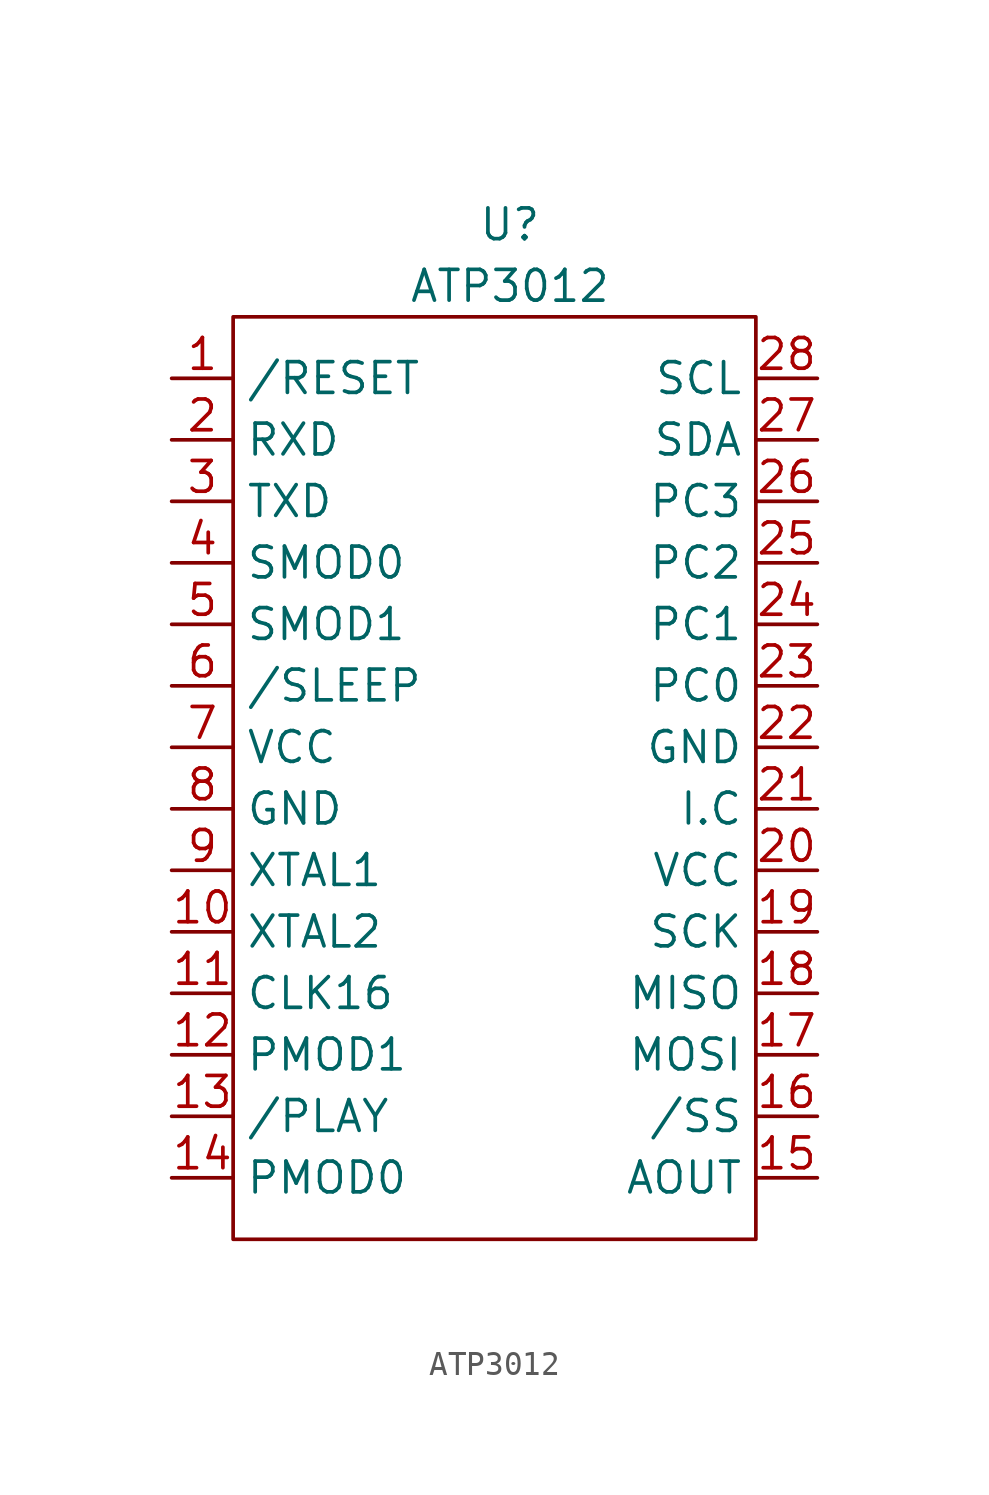
<source format=kicad_sym>
(kicad_symbol_lib
  (version 20211014)
  (generator kicad_symbol_editor)
  (symbol "ATP3012"
    (property "Reference" "U"
      (at 11.43 3.81 0)
      (effects (font (size 1.27 1.27))))
    (property "Value" "ATP3012"
      (at 11.43 1.27 0)
      (effects (font (size 1.27 1.27))))
    (symbol "ATP3012_0_1"
      (rectangle (start 0 0) (end 21.59 -38.1) (stroke (width 0) (type default) (color 0 0 0 0)) (fill (type none))))
    (symbol "ATP3012_1_1"
      (pin input line (at -2.54 -2.54 0) (length 2.54) (name "/RESET" (effects (font (size 1.27 1.27)))) (number "1" (effects (font (size 1.27 1.27)))))
      (pin input line (at -2.54 -25.4 0) (length 2.54) (name "XTAL2" (effects (font (size 1.27 1.27)))) (number "10" (effects (font (size 1.27 1.27)))))
      (pin input line (at -2.54 -27.94 0) (length 2.54) (name "CLK16" (effects (font (size 1.27 1.27)))) (number "11" (effects (font (size 1.27 1.27)))))
      (pin input line (at -2.54 -30.48 0) (length 2.54) (name "PMOD1" (effects (font (size 1.27 1.27)))) (number "12" (effects (font (size 1.27 1.27)))))
      (pin input line (at -2.54 -33.02 0) (length 2.54) (name "/PLAY" (effects (font (size 1.27 1.27)))) (number "13" (effects (font (size 1.27 1.27)))))
      (pin input line (at -2.54 -35.56 0) (length 2.54) (name "PMOD0" (effects (font (size 1.27 1.27)))) (number "14" (effects (font (size 1.27 1.27)))))
      (pin input line (at 24.13 -35.56 180) (length 2.54) (name "AOUT" (effects (font (size 1.27 1.27)))) (number "15" (effects (font (size 1.27 1.27)))))
      (pin input line (at 24.13 -33.02 180) (length 2.54) (name "/SS" (effects (font (size 1.27 1.27)))) (number "16" (effects (font (size 1.27 1.27)))))
      (pin input line (at 24.13 -30.48 180) (length 2.54) (name "MOSI" (effects (font (size 1.27 1.27)))) (number "17" (effects (font (size 1.27 1.27)))))
      (pin input line (at 24.13 -27.94 180) (length 2.54) (name "MISO" (effects (font (size 1.27 1.27)))) (number "18" (effects (font (size 1.27 1.27)))))
      (pin input line (at 24.13 -25.4 180) (length 2.54) (name "SCK" (effects (font (size 1.27 1.27)))) (number "19" (effects (font (size 1.27 1.27)))))
      (pin input line (at -2.54 -5.08 0) (length 2.54) (name "RXD" (effects (font (size 1.27 1.27)))) (number "2" (effects (font (size 1.27 1.27)))))
      (pin input line (at 24.13 -22.86 180) (length 2.54) (name "VCC" (effects (font (size 1.27 1.27)))) (number "20" (effects (font (size 1.27 1.27)))))
      (pin input line (at 24.13 -20.32 180) (length 2.54) (name "I.C" (effects (font (size 1.27 1.27)))) (number "21" (effects (font (size 1.27 1.27)))))
      (pin input line (at 24.13 -17.78 180) (length 2.54) (name "GND" (effects (font (size 1.27 1.27)))) (number "22" (effects (font (size 1.27 1.27)))))
      (pin input line (at 24.13 -15.24 180) (length 2.54) (name "PC0" (effects (font (size 1.27 1.27)))) (number "23" (effects (font (size 1.27 1.27)))))
      (pin input line (at 24.13 -12.7 180) (length 2.54) (name "PC1" (effects (font (size 1.27 1.27)))) (number "24" (effects (font (size 1.27 1.27)))))
      (pin input line (at 24.13 -10.16 180) (length 2.54) (name "PC2" (effects (font (size 1.27 1.27)))) (number "25" (effects (font (size 1.27 1.27)))))
      (pin input line (at 24.13 -7.62 180) (length 2.54) (name "PC3" (effects (font (size 1.27 1.27)))) (number "26" (effects (font (size 1.27 1.27)))))
      (pin input line (at 24.13 -5.08 180) (length 2.54) (name "SDA" (effects (font (size 1.27 1.27)))) (number "27" (effects (font (size 1.27 1.27)))))
      (pin input line (at 24.13 -2.54 180) (length 2.54) (name "SCL" (effects (font (size 1.27 1.27)))) (number "28" (effects (font (size 1.27 1.27)))))
      (pin input line (at -2.54 -7.62 0) (length 2.54) (name "TXD" (effects (font (size 1.27 1.27)))) (number "3" (effects (font (size 1.27 1.27)))))
      (pin input line (at -2.54 -10.16 0) (length 2.54) (name "SMOD0" (effects (font (size 1.27 1.27)))) (number "4" (effects (font (size 1.27 1.27)))))
      (pin input line (at -2.54 -12.7 0) (length 2.54) (name "SMOD1" (effects (font (size 1.27 1.27)))) (number "5" (effects (font (size 1.27 1.27)))))
      (pin input line (at -2.54 -15.24 0) (length 2.54) (name "/SLEEP" (effects (font (size 1.27 1.27)))) (number "6" (effects (font (size 1.27 1.27)))))
      (pin input line (at -2.54 -17.78 0) (length 2.54) (name "VCC" (effects (font (size 1.27 1.27)))) (number "7" (effects (font (size 1.27 1.27)))))
      (pin input line (at -2.54 -20.32 0) (length 2.54) (name "GND" (effects (font (size 1.27 1.27)))) (number "8" (effects (font (size 1.27 1.27)))))
      (pin input line (at -2.54 -22.86 0) (length 2.54) (name "XTAL1" (effects (font (size 1.27 1.27)))) (number "9" (effects (font (size 1.27 1.27))))))))
</source>
